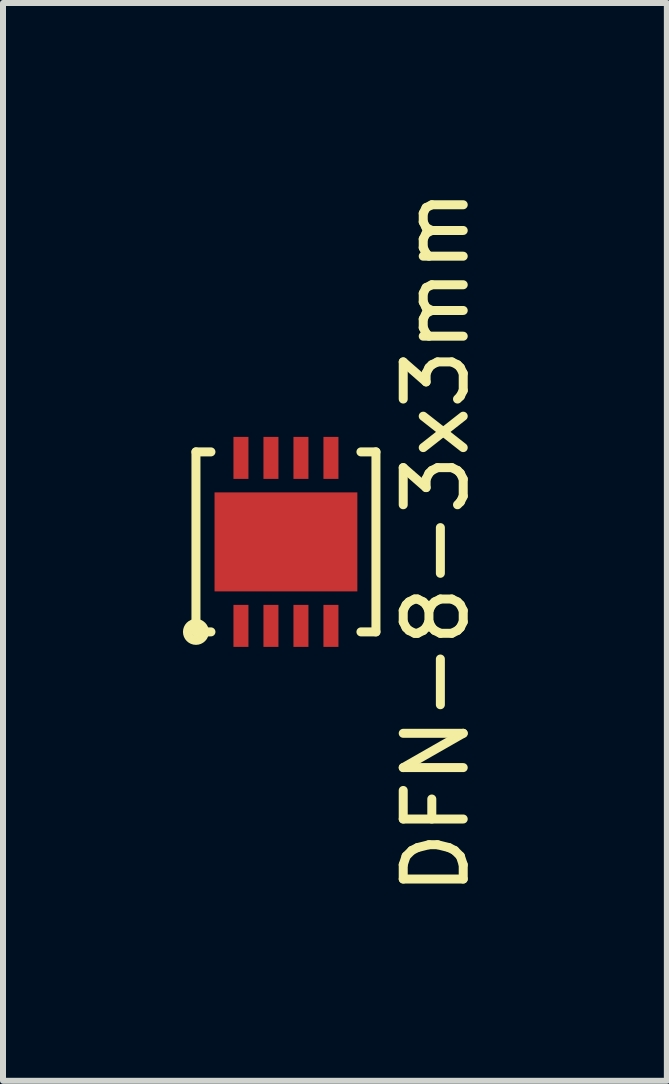
<source format=kicad_pcb>
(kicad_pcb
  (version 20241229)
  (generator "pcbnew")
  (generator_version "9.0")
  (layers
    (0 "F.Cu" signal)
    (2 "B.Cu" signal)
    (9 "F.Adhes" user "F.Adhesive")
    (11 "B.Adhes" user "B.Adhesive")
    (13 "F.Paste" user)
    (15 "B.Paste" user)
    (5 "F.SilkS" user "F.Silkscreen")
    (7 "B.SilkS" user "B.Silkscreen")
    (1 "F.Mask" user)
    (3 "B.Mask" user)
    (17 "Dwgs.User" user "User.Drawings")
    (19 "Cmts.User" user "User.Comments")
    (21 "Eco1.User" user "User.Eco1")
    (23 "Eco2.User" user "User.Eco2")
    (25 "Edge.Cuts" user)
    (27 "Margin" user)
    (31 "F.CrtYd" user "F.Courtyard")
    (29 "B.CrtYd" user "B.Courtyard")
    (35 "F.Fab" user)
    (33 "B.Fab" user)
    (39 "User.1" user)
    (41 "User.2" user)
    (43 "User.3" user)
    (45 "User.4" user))
  (footprint "DFN-8-3x3mm"
    (layer "F.Cu")
    (at 1.716 5.982)
    (property "Reference" "DFN-8-3x3mm" (at 2.5 0 90) (layer "F.SilkS") (effects (font (size 1 1) (thickness 0.15))))
    (attr through_hole)
    (fp_line (start -1.5 -1.5) (end -1.5 1.5) (stroke (width 0.15) (type solid)) (layer "F.SilkS"))
    (fp_line (start -1.5 -1.5) (end -1.25 -1.5) (stroke (width 0.15) (type solid)) (layer "F.SilkS"))
    (fp_line (start -1.5 1.5) (end -1.25 1.5) (stroke (width 0.15) (type solid)) (layer "F.SilkS"))
    (fp_line (start 1.5 -1.5) (end 1.25 -1.5) (stroke (width 0.15) (type solid)) (layer "F.SilkS"))
    (fp_line (start 1.5 -1.5) (end 1.5 1.5) (stroke (width 0.15) (type solid)) (layer "F.SilkS"))
    (fp_line (start 1.5 1.5) (end 1.25 1.5) (stroke (width 0.15) (type solid)) (layer "F.SilkS"))
    (fp_circle (center -1.5 1.5) (end -1.4 1.6) (stroke (width 0.15) (type solid)) (fill no) (layer "F.SilkS"))
    (pad "1" smd rect (at -0.75 1.4) (size 0.25 0.7) (layers "F.Cu" "F.Mask" "F.Paste"))
    (pad "2" smd rect (at -0.25 1.4) (size 0.25 0.7) (layers "F.Cu" "F.Mask" "F.Paste"))
    (pad "3" smd rect (at 0.25 1.4) (size 0.25 0.7) (layers "F.Cu" "F.Mask" "F.Paste"))
    (pad "4" smd rect (at 0.75 1.4) (size 0.25 0.7) (layers "F.Cu" "F.Mask" "F.Paste"))
    (pad "5" smd rect (at 0.75 -1.4) (size 0.25 0.7) (layers "F.Cu" "F.Mask" "F.Paste"))
    (pad "6" smd rect (at 0.25 -1.4) (size 0.25 0.7) (layers "F.Cu" "F.Mask" "F.Paste"))
    (pad "7" smd rect (at -0.25 -1.4) (size 0.25 0.7) (layers "F.Cu" "F.Mask" "F.Paste"))
    (pad "8" smd rect (at -0.75 -1.4) (size 0.25 0.7) (layers "F.Cu" "F.Mask" "F.Paste"))
    (pad "9" smd rect (at 0 0) (size 2.38 1.65) (layers "F.Cu" "F.Mask" "F.Paste")))
  (gr_rect
    (start -3 -3)
    (end 8.065 14.964)
    (stroke (width 0.1) (type default))
    (fill no)
    (layer "Edge.Cuts")))
</source>
